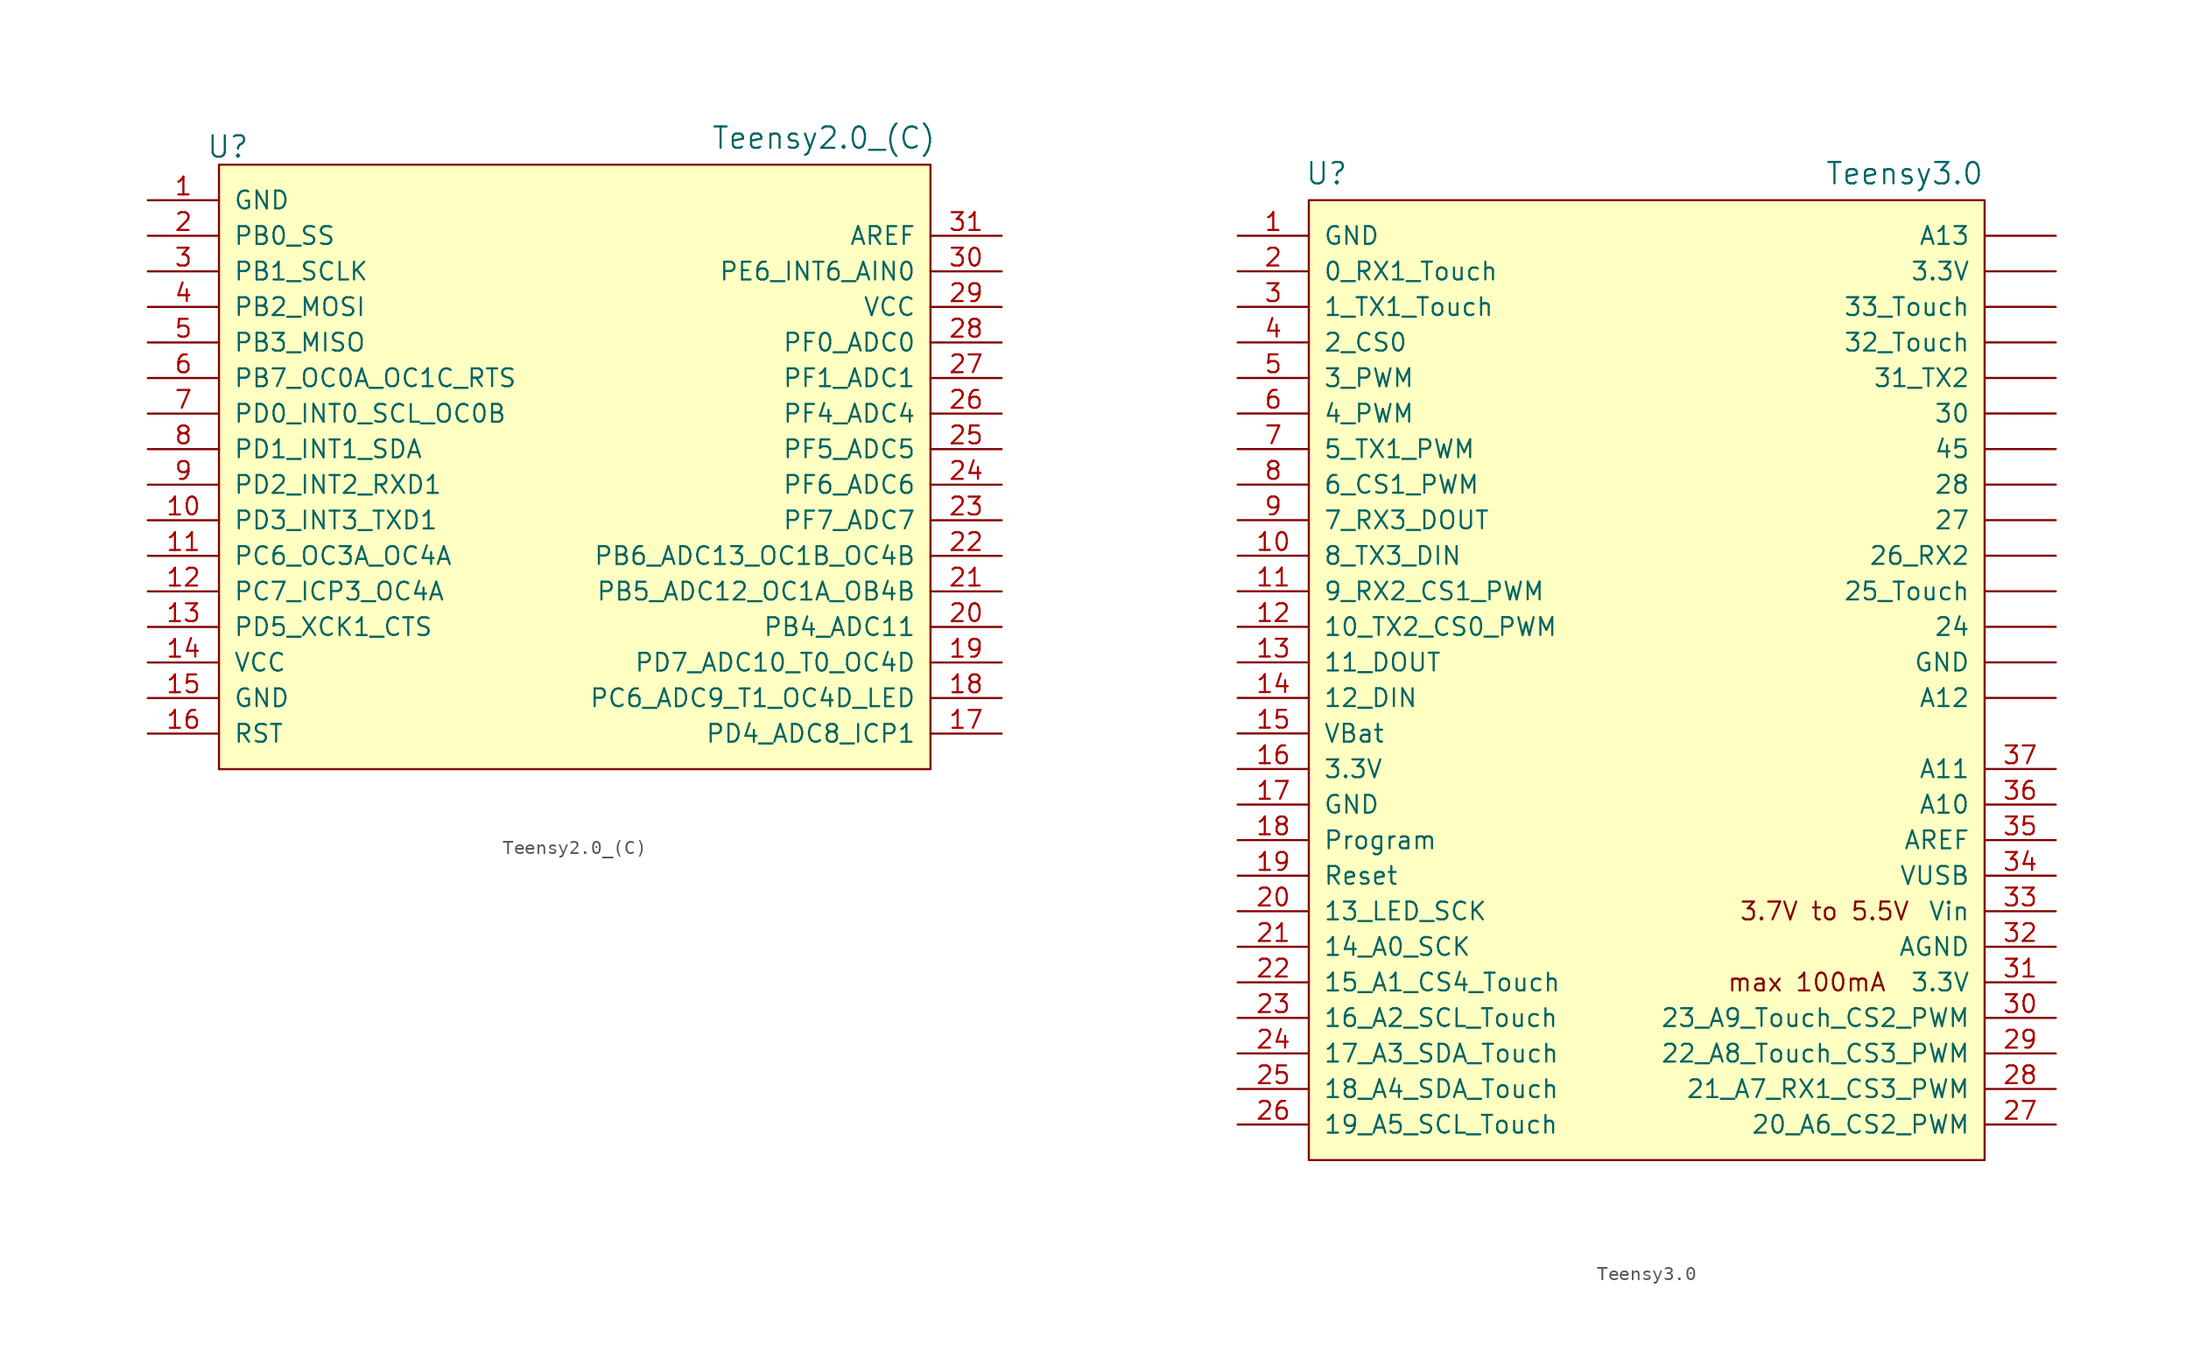
<source format=kicad_sym>
(kicad_symbol_lib
  (version 20211014)
  (generator kicad_symbol_editor)
  (symbol "Teensy2.0_(C)"
    (pin_names
      (offset 1.016))
    (property "Reference" "U"
      (at -24.765 22.86 0)
      (effects (font (size 1.524 1.524))))
    (property "Value" "Teensy2.0_(C)"
      (at 17.78 23.495 0)
      (effects (font (size 1.524 1.524))))
    (symbol "Teensy2.0_(C)_0_1"
      (rectangle (start -25.4 21.59) (end 25.4 -21.59) (stroke (width 0) (type default) (color 0 0 0 0)) (fill (type background))))
    (symbol "Teensy2.0_(C)_1_1"
      (pin power_in line (at -30.48 19.05 0) (length 5.08) (name "GND" (effects (font (size 1.27 1.27)))) (number "1" (effects (font (size 1.27 1.27)))))
      (pin bidirectional line (at -30.48 -3.81 0) (length 5.08) (name "PD3_INT3_TXD1" (effects (font (size 1.27 1.27)))) (number "10" (effects (font (size 1.27 1.27)))))
      (pin bidirectional line (at -30.48 -6.35 0) (length 5.08) (name "PC6_OC3A_OC4A" (effects (font (size 1.27 1.27)))) (number "11" (effects (font (size 1.27 1.27)))))
      (pin bidirectional line (at -30.48 -8.89 0) (length 5.08) (name "PC7_ICP3_OC4A" (effects (font (size 1.27 1.27)))) (number "12" (effects (font (size 1.27 1.27)))))
      (pin bidirectional line (at -30.48 -11.43 0) (length 5.08) (name "PD5_XCK1_CTS" (effects (font (size 1.27 1.27)))) (number "13" (effects (font (size 1.27 1.27)))))
      (pin power_in line (at -30.48 -13.97 0) (length 5.08) (name "VCC" (effects (font (size 1.27 1.27)))) (number "14" (effects (font (size 1.27 1.27)))))
      (pin power_in line (at -30.48 -16.51 0) (length 5.08) (name "GND" (effects (font (size 1.27 1.27)))) (number "15" (effects (font (size 1.27 1.27)))))
      (pin input line (at -30.48 -19.05 0) (length 5.08) (name "RST" (effects (font (size 1.27 1.27)))) (number "16" (effects (font (size 1.27 1.27)))))
      (pin bidirectional line (at 30.48 -19.05 180) (length 5.08) (name "PD4_ADC8_ICP1" (effects (font (size 1.27 1.27)))) (number "17" (effects (font (size 1.27 1.27)))))
      (pin bidirectional line (at 30.48 -16.51 180) (length 5.08) (name "PC6_ADC9_T1_OC4D_LED" (effects (font (size 1.27 1.27)))) (number "18" (effects (font (size 1.27 1.27)))))
      (pin bidirectional line (at 30.48 -13.97 180) (length 5.08) (name "PD7_ADC10_T0_OC4D" (effects (font (size 1.27 1.27)))) (number "19" (effects (font (size 1.27 1.27)))))
      (pin bidirectional line (at -30.48 16.51 0) (length 5.08) (name "PB0_SS" (effects (font (size 1.27 1.27)))) (number "2" (effects (font (size 1.27 1.27)))))
      (pin bidirectional line (at 30.48 -11.43 180) (length 5.08) (name "PB4_ADC11" (effects (font (size 1.27 1.27)))) (number "20" (effects (font (size 1.27 1.27)))))
      (pin bidirectional line (at 30.48 -8.89 180) (length 5.08) (name "PB5_ADC12_OC1A_OB4B" (effects (font (size 1.27 1.27)))) (number "21" (effects (font (size 1.27 1.27)))))
      (pin bidirectional line (at 30.48 -6.35 180) (length 5.08) (name "PB6_ADC13_OC1B_OC4B" (effects (font (size 1.27 1.27)))) (number "22" (effects (font (size 1.27 1.27)))))
      (pin bidirectional line (at 30.48 -3.81 180) (length 5.08) (name "PF7_ADC7" (effects (font (size 1.27 1.27)))) (number "23" (effects (font (size 1.27 1.27)))))
      (pin bidirectional line (at 30.48 -1.27 180) (length 5.08) (name "PF6_ADC6" (effects (font (size 1.27 1.27)))) (number "24" (effects (font (size 1.27 1.27)))))
      (pin bidirectional line (at 30.48 1.27 180) (length 5.08) (name "PF5_ADC5" (effects (font (size 1.27 1.27)))) (number "25" (effects (font (size 1.27 1.27)))))
      (pin bidirectional line (at 30.48 3.81 180) (length 5.08) (name "PF4_ADC4" (effects (font (size 1.27 1.27)))) (number "26" (effects (font (size 1.27 1.27)))))
      (pin bidirectional line (at 30.48 6.35 180) (length 5.08) (name "PF1_ADC1" (effects (font (size 1.27 1.27)))) (number "27" (effects (font (size 1.27 1.27)))))
      (pin bidirectional line (at 30.48 8.89 180) (length 5.08) (name "PF0_ADC0" (effects (font (size 1.27 1.27)))) (number "28" (effects (font (size 1.27 1.27)))))
      (pin power_in line (at 30.48 11.43 180) (length 5.08) (name "VCC" (effects (font (size 1.27 1.27)))) (number "29" (effects (font (size 1.27 1.27)))))
      (pin bidirectional line (at -30.48 13.97 0) (length 5.08) (name "PB1_SCLK" (effects (font (size 1.27 1.27)))) (number "3" (effects (font (size 1.27 1.27)))))
      (pin bidirectional line (at 30.48 13.97 180) (length 5.08) (name "PE6_INT6_AIN0" (effects (font (size 1.27 1.27)))) (number "30" (effects (font (size 1.27 1.27)))))
      (pin input line (at 30.48 16.51 180) (length 5.08) (name "AREF" (effects (font (size 1.27 1.27)))) (number "31" (effects (font (size 1.27 1.27)))))
      (pin bidirectional line (at -30.48 11.43 0) (length 5.08) (name "PB2_MOSI" (effects (font (size 1.27 1.27)))) (number "4" (effects (font (size 1.27 1.27)))))
      (pin bidirectional line (at -30.48 8.89 0) (length 5.08) (name "PB3_MISO" (effects (font (size 1.27 1.27)))) (number "5" (effects (font (size 1.27 1.27)))))
      (pin bidirectional line (at -30.48 6.35 0) (length 5.08) (name "PB7_OC0A_OC1C_RTS" (effects (font (size 1.27 1.27)))) (number "6" (effects (font (size 1.27 1.27)))))
      (pin bidirectional line (at -30.48 3.81 0) (length 5.08) (name "PD0_INT0_SCL_OC0B" (effects (font (size 1.27 1.27)))) (number "7" (effects (font (size 1.27 1.27)))))
      (pin bidirectional line (at -30.48 1.27 0) (length 5.08) (name "PD1_INT1_SDA" (effects (font (size 1.27 1.27)))) (number "8" (effects (font (size 1.27 1.27)))))
      (pin bidirectional line (at -30.48 -1.27 0) (length 5.08) (name "PD2_INT2_RXD1" (effects (font (size 1.27 1.27)))) (number "9" (effects (font (size 1.27 1.27)))))))
  (symbol "Teensy3.0"
    (pin_names
      (offset 1.016))
    (property "Reference" "U"
      (at -22.86 36.195 0)
      (effects (font (size 1.524 1.524))))
    (property "Value" "Teensy3.0"
      (at 18.415 36.195 0)
      (effects (font (size 1.524 1.524))))
    (symbol "Teensy3.0_0_0"
      (text "3.7V to 5.5V" (at 12.7 -16.51 0) (effects (font (size 1.27 1.27))))
      (text "max 100mA" (at 11.43 -21.59 0) (effects (font (size 1.27 1.27)))))
    (symbol "Teensy3.0_0_1"
      (rectangle (start -24.13 34.29) (end 24.13 -34.29) (stroke (width 0) (type default) (color 0 0 0 0)) (fill (type background))))
    (symbol "Teensy3.0_1_1"
      (pin power_in line (at -29.21 31.75 0) (length 5.08) (name "GND" (effects (font (size 1.27 1.27)))) (number "1" (effects (font (size 1.27 1.27)))))
      (pin bidirectional line (at -29.21 8.89 0) (length 5.08) (name "8_TX3_DIN" (effects (font (size 1.27 1.27)))) (number "10" (effects (font (size 1.27 1.27)))))
      (pin bidirectional line (at -29.21 6.35 0) (length 5.08) (name "9_RX2_CS1_PWM" (effects (font (size 1.27 1.27)))) (number "11" (effects (font (size 1.27 1.27)))))
      (pin bidirectional line (at -29.21 3.81 0) (length 5.08) (name "10_TX2_CS0_PWM" (effects (font (size 1.27 1.27)))) (number "12" (effects (font (size 1.27 1.27)))))
      (pin bidirectional line (at -29.21 1.27 0) (length 5.08) (name "11_DOUT" (effects (font (size 1.27 1.27)))) (number "13" (effects (font (size 1.27 1.27)))))
      (pin bidirectional line (at -29.21 -1.27 0) (length 5.08) (name "12_DIN" (effects (font (size 1.27 1.27)))) (number "14" (effects (font (size 1.27 1.27)))))
      (pin power_in line (at -29.21 -3.81 0) (length 5.08) (name "VBat" (effects (font (size 1.27 1.27)))) (number "15" (effects (font (size 1.27 1.27)))))
      (pin power_in line (at -29.21 -6.35 0) (length 5.08) (name "3.3V" (effects (font (size 1.27 1.27)))) (number "16" (effects (font (size 1.27 1.27)))))
      (pin power_in line (at -29.21 -8.89 0) (length 5.08) (name "GND" (effects (font (size 1.27 1.27)))) (number "17" (effects (font (size 1.27 1.27)))))
      (pin input line (at -29.21 -11.43 0) (length 5.08) (name "Program" (effects (font (size 1.27 1.27)))) (number "18" (effects (font (size 1.27 1.27)))))
      (pin input line (at -29.21 -13.97 0) (length 5.08) (name "Reset" (effects (font (size 1.27 1.27)))) (number "19" (effects (font (size 1.27 1.27)))))
      (pin bidirectional line (at -29.21 29.21 0) (length 5.08) (name "0_RX1_Touch" (effects (font (size 1.27 1.27)))) (number "2" (effects (font (size 1.27 1.27)))))
      (pin bidirectional line (at -29.21 -16.51 0) (length 5.08) (name "13_LED_SCK" (effects (font (size 1.27 1.27)))) (number "20" (effects (font (size 1.27 1.27)))))
      (pin bidirectional line (at -29.21 -19.05 0) (length 5.08) (name "14_A0_SCK" (effects (font (size 1.27 1.27)))) (number "21" (effects (font (size 1.27 1.27)))))
      (pin bidirectional line (at -29.21 -21.59 0) (length 5.08) (name "15_A1_CS4_Touch" (effects (font (size 1.27 1.27)))) (number "22" (effects (font (size 1.27 1.27)))))
      (pin bidirectional line (at -29.21 -24.13 0) (length 5.08) (name "16_A2_SCL_Touch" (effects (font (size 1.27 1.27)))) (number "23" (effects (font (size 1.27 1.27)))))
      (pin bidirectional line (at -29.21 -26.67 0) (length 5.08) (name "17_A3_SDA_Touch" (effects (font (size 1.27 1.27)))) (number "24" (effects (font (size 1.27 1.27)))))
      (pin bidirectional line (at -29.21 -29.21 0) (length 5.08) (name "18_A4_SDA_Touch" (effects (font (size 1.27 1.27)))) (number "25" (effects (font (size 1.27 1.27)))))
      (pin bidirectional line (at -29.21 -31.75 0) (length 5.08) (name "19_A5_SCL_Touch" (effects (font (size 1.27 1.27)))) (number "26" (effects (font (size 1.27 1.27)))))
      (pin bidirectional line (at 29.21 -31.75 180) (length 5.08) (name "20_A6_CS2_PWM" (effects (font (size 1.27 1.27)))) (number "27" (effects (font (size 1.27 1.27)))))
      (pin bidirectional line (at 29.21 -29.21 180) (length 5.08) (name "21_A7_RX1_CS3_PWM" (effects (font (size 1.27 1.27)))) (number "28" (effects (font (size 1.27 1.27)))))
      (pin bidirectional line (at 29.21 -26.67 180) (length 5.08) (name "22_A8_Touch_CS3_PWM" (effects (font (size 1.27 1.27)))) (number "29" (effects (font (size 1.27 1.27)))))
      (pin bidirectional line (at -29.21 26.67 0) (length 5.08) (name "1_TX1_Touch" (effects (font (size 1.27 1.27)))) (number "3" (effects (font (size 1.27 1.27)))))
      (pin bidirectional line (at 29.21 -24.13 180) (length 5.08) (name "23_A9_Touch_CS2_PWM" (effects (font (size 1.27 1.27)))) (number "30" (effects (font (size 1.27 1.27)))))
      (pin power_out line (at 29.21 -21.59 180) (length 5.08) (name "3.3V" (effects (font (size 1.27 1.27)))) (number "31" (effects (font (size 1.27 1.27)))))
      (pin power_out line (at 29.21 -19.05 180) (length 5.08) (name "AGND" (effects (font (size 1.27 1.27)))) (number "32" (effects (font (size 1.27 1.27)))))
      (pin power_in line (at 29.21 -16.51 180) (length 5.08) (name "Vin" (effects (font (size 1.27 1.27)))) (number "33" (effects (font (size 1.27 1.27)))))
      (pin power_in line (at 29.21 -13.97 180) (length 5.08) (name "VUSB" (effects (font (size 1.27 1.27)))) (number "34" (effects (font (size 1.27 1.27)))))
      (pin input line (at 29.21 -11.43 180) (length 5.08) (name "AREF" (effects (font (size 1.27 1.27)))) (number "35" (effects (font (size 1.27 1.27)))))
      (pin bidirectional line (at 29.21 -8.89 180) (length 5.08) (name "A10" (effects (font (size 1.27 1.27)))) (number "36" (effects (font (size 1.27 1.27)))))
      (pin bidirectional line (at 29.21 -6.35 180) (length 5.08) (name "A11" (effects (font (size 1.27 1.27)))) (number "37" (effects (font (size 1.27 1.27)))))
      (pin bidirectional line (at -29.21 24.13 0) (length 5.08) (name "2_CS0" (effects (font (size 1.27 1.27)))) (number "4" (effects (font (size 1.27 1.27)))))
      (pin bidirectional line (at -29.21 21.59 0) (length 5.08) (name "3_PWM" (effects (font (size 1.27 1.27)))) (number "5" (effects (font (size 1.27 1.27)))))
      (pin bidirectional line (at -29.21 19.05 0) (length 5.08) (name "4_PWM" (effects (font (size 1.27 1.27)))) (number "6" (effects (font (size 1.27 1.27)))))
      (pin bidirectional line (at -29.21 16.51 0) (length 5.08) (name "5_TX1_PWM" (effects (font (size 1.27 1.27)))) (number "7" (effects (font (size 1.27 1.27)))))
      (pin bidirectional line (at -29.21 13.97 0) (length 5.08) (name "6_CS1_PWM" (effects (font (size 1.27 1.27)))) (number "8" (effects (font (size 1.27 1.27)))))
      (pin bidirectional line (at -29.21 11.43 0) (length 5.08) (name "7_RX3_DOUT" (effects (font (size 1.27 1.27)))) (number "9" (effects (font (size 1.27 1.27)))))
      (pin bidirectional line (at 29.21 3.81 180) (length 5.08) (name "24" (effects (font (size 1.27 1.27)))) (number "~" (effects (font (size 1.27 1.27)))))
      (pin bidirectional line (at 29.21 6.35 180) (length 5.08) (name "25_Touch" (effects (font (size 1.27 1.27)))) (number "~" (effects (font (size 1.27 1.27)))))
      (pin bidirectional line (at 29.21 8.89 180) (length 5.08) (name "26_RX2" (effects (font (size 1.27 1.27)))) (number "~" (effects (font (size 1.27 1.27)))))
      (pin bidirectional line (at 29.21 11.43 180) (length 5.08) (name "27" (effects (font (size 1.27 1.27)))) (number "~" (effects (font (size 1.27 1.27)))))
      (pin bidirectional line (at 29.21 13.97 180) (length 5.08) (name "28" (effects (font (size 1.27 1.27)))) (number "~" (effects (font (size 1.27 1.27)))))
      (pin power_in line (at 29.21 29.21 180) (length 5.08) (name "3.3V" (effects (font (size 1.27 1.27)))) (number "~" (effects (font (size 1.27 1.27)))))
      (pin bidirectional line (at 29.21 19.05 180) (length 5.08) (name "30" (effects (font (size 1.27 1.27)))) (number "~" (effects (font (size 1.27 1.27)))))
      (pin bidirectional line (at 29.21 21.59 180) (length 5.08) (name "31_TX2" (effects (font (size 1.27 1.27)))) (number "~" (effects (font (size 1.27 1.27)))))
      (pin bidirectional line (at 29.21 24.13 180) (length 5.08) (name "32_Touch" (effects (font (size 1.27 1.27)))) (number "~" (effects (font (size 1.27 1.27)))))
      (pin bidirectional line (at 29.21 26.67 180) (length 5.08) (name "33_Touch" (effects (font (size 1.27 1.27)))) (number "~" (effects (font (size 1.27 1.27)))))
      (pin bidirectional line (at 29.21 16.51 180) (length 5.08) (name "45" (effects (font (size 1.27 1.27)))) (number "~" (effects (font (size 1.27 1.27)))))
      (pin bidirectional line (at 29.21 -1.27 180) (length 5.08) (name "A12" (effects (font (size 1.27 1.27)))) (number "~" (effects (font (size 1.27 1.27)))))
      (pin bidirectional line (at 29.21 31.75 180) (length 5.08) (name "A13" (effects (font (size 1.27 1.27)))) (number "~" (effects (font (size 1.27 1.27)))))
      (pin power_in line (at 29.21 1.27 180) (length 5.08) (name "GND" (effects (font (size 1.27 1.27)))) (number "~" (effects (font (size 1.27 1.27))))))))
</source>
